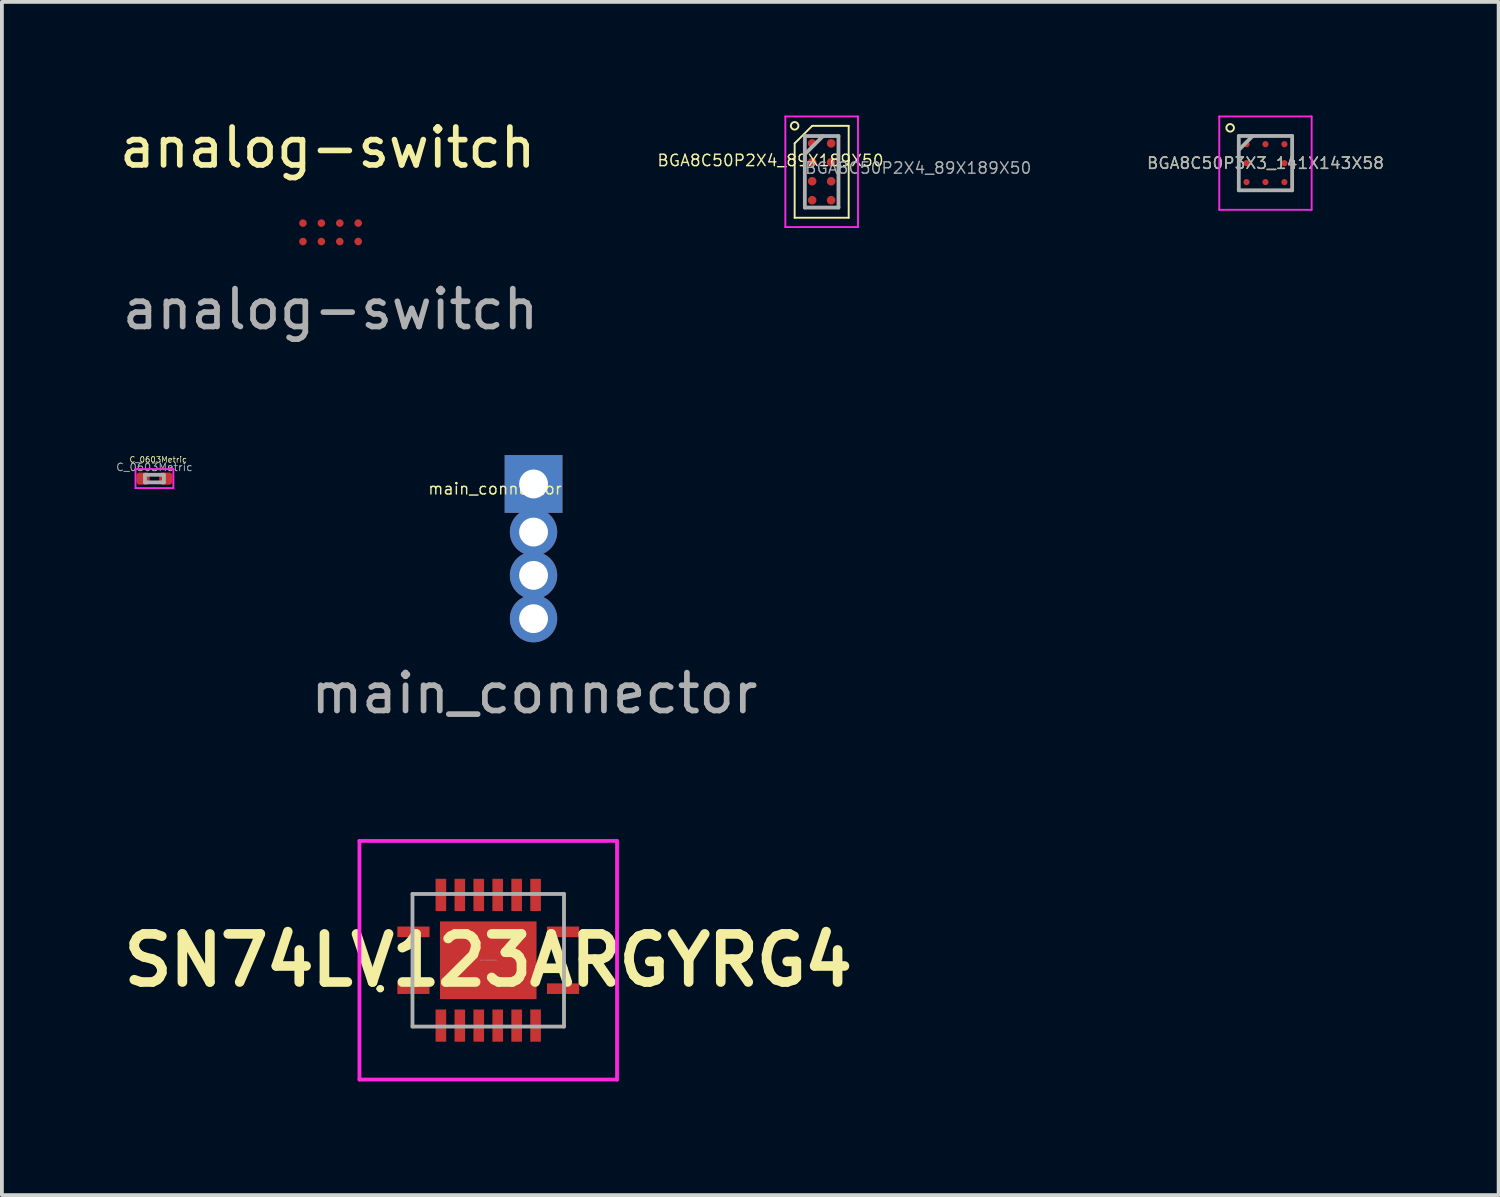
<source format=kicad_pcb>
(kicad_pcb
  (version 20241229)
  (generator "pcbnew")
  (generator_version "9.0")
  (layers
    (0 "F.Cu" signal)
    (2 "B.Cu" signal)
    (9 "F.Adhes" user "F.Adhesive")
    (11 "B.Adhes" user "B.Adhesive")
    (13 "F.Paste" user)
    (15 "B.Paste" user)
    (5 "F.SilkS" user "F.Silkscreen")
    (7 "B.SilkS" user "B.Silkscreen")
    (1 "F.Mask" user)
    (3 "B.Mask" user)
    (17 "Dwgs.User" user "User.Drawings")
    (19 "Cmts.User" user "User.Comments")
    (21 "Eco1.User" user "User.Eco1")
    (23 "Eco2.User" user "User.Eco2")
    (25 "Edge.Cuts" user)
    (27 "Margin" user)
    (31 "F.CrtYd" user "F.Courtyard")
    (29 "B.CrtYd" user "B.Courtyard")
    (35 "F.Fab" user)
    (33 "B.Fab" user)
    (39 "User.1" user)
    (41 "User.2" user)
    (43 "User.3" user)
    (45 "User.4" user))
  (footprint "main_connector"
    (layer "F.Cu")
    (at 11.035 11.377)
    (property "Reference" "main_connector" (at -1.016 -1.524 0) (unlocked yes) (layer "F.SilkS") (effects (font (size 0.3 0.3) (thickness 0.037))))
    (attr through_hole)
    (fp_text user "${REFERENCE}" (at 0.025 3.875 0) (unlocked yes) (layer "F.Fab") (effects (font (size 1 1) (thickness 0.15))))
    (pad "1" thru_hole rect (at 0 -1.651) (size 1.524 1.524) (drill 0.762) (layers "*.Cu" "*.Mask"))
    (pad "2" thru_hole circle (at 0 -0.381) (size 1.25 1.25) (drill 0.762) (layers "*.Cu" "*.Mask"))
    (pad "3" thru_hole circle (at 0 0.762) (size 1.25 1.25) (drill 0.762) (layers "*.Cu" "*.Mask"))
    (pad "4" thru_hole circle (at 0 1.905) (size 1.25 1.25) (drill 0.762) (layers "*.Cu" "*.Mask")))
  (footprint "analog-switch"
    (layer "F.Cu")
    (at 5.677 3.083)
    (property "Reference" "analog-switch" (at -0.076 -2.235 0) (unlocked yes) (layer "F.SilkS") (effects (font (size 1 1) (thickness 0.15))))
    (attr smd)
    (fp_text user "${REFERENCE}" (at 0 2.032 0) (unlocked yes) (layer "F.Fab") (effects (font (size 1 1) (thickness 0.15))))
    (pad "1" smd circle (at 0.243 -0.243) (size 0.2 0.2) (layers "F.Cu" "F.Mask" "F.Paste"))
    (pad "2" smd circle (at -0.243 -0.243) (size 0.2 0.2) (layers "F.Cu" "F.Mask" "F.Paste"))
    (pad "3" smd circle (at -0.729 -0.243) (size 0.2 0.2) (layers "F.Cu" "F.Mask" "F.Paste"))
    (pad "3" smd circle (at -0.729 0.243) (size 0.2 0.2) (layers "F.Cu" "F.Mask" "F.Paste"))
    (pad "3" smd circle (at -0.243 0.243) (size 0.2 0.2) (layers "F.Cu" "F.Mask" "F.Paste"))
    (pad "3" smd circle (at 0.243 0.243) (size 0.2 0.2) (layers "F.Cu" "F.Mask" "F.Paste"))
    (pad "3" smd circle (at 0.729 -0.243) (size 0.2 0.2) (layers "F.Cu" "F.Mask" "F.Paste"))
    (pad "3" smd circle (at 0.729 0.243) (size 0.2 0.2) (layers "F.Cu" "F.Mask" "F.Paste")))
  (footprint "C_0603Metric"
    (layer "F.Cu")
    (at 1.027 9.584)
    (property "Reference" "C_0603Metric" (at 0.1 -0.5 0) (layer "F.SilkS") (effects (font (size 0.15 0.15) (thickness 0.019))))
    (attr smd)
    (fp_line (start -0.5 -0.25) (end 0.5 -0.25) (stroke (width 0.05) (type solid)) (layer "F.CrtYd"))
    (fp_line (start -0.5 0.25) (end -0.5 -0.25) (stroke (width 0.05) (type solid)) (layer "F.CrtYd"))
    (fp_line (start 0.5 -0.25) (end 0.5 0.25) (stroke (width 0.05) (type solid)) (layer "F.CrtYd"))
    (fp_line (start 0.5 0.25) (end -0.5 0.25) (stroke (width 0.05) (type solid)) (layer "F.CrtYd"))
    (fp_line (start -0.25 -0.1) (end 0.25 -0.1) (stroke (width 0.1) (type solid)) (layer "F.Fab"))
    (fp_line (start -0.25 0.1) (end -0.25 -0.1) (stroke (width 0.1) (type solid)) (layer "F.Fab"))
    (fp_line (start 0.25 -0.1) (end 0.25 0.1) (stroke (width 0.1) (type solid)) (layer "F.Fab"))
    (fp_line (start 0.25 0.1) (end -0.25 0.1) (stroke (width 0.1) (type solid)) (layer "F.Fab"))
    (fp_text user "${REFERENCE}" (at 0 -0.3 0) (layer "F.Fab") (effects (font (size 0.2 0.2) (thickness 0.025))))
    (pad "" smd roundrect (at -0.3 0) (size 0.25 0.25) (layers "F.Paste") (roundrect_rratio 0.25))
    (pad "" smd roundrect (at 0.3 0) (size 0.25 0.25) (layers "F.Paste") (roundrect_rratio 0.25))
    (pad "1" smd roundrect (at -0.3 0 90) (size 0.32 0.35) (layers "F.Cu" "F.Mask") (roundrect_rratio 0.25))
    (pad "2" smd roundrect (at 0.3 0 90) (size 0.32 0.35) (layers "F.Cu" "F.Mask") (roundrect_rratio 0.25)))
  (footprint "BGA8C50P2X4_89X189X50"
    (layer "F.Cu")
    (at 18.641 1.485)
    (property "Reference" "BGA8C50P2X4_89X189X50" (at -1.35 -0.3 0) (layer "F.SilkS") (effects (font (size 0.3 0.3) (thickness 0.037))))
    (attr smd)
    (fp_line (start -0.713 -0.75) (end -0.25 -1.213) (stroke (width 0.05) (type solid)) (layer "F.SilkS"))
    (fp_line (start -0.713 1.213) (end -0.713 -0.75) (stroke (width 0.05) (type solid)) (layer "F.SilkS"))
    (fp_line (start -0.25 -1.213) (end 0.713 -1.213) (stroke (width 0.05) (type solid)) (layer "F.SilkS"))
    (fp_line (start 0.713 -1.213) (end 0.713 1.213) (stroke (width 0.05) (type solid)) (layer "F.SilkS"))
    (fp_line (start 0.713 1.213) (end -0.713 1.213) (stroke (width 0.05) (type solid)) (layer "F.SilkS"))
    (fp_circle (center -0.713 -1.213) (end -0.613 -1.213) (stroke (width 0.05) (type solid)) (fill no) (layer "F.SilkS"))
    (fp_line (start -0.959 -1.46) (end 0.959 -1.46) (stroke (width 0.05) (type solid)) (layer "F.CrtYd"))
    (fp_line (start -0.959 1.459) (end -0.959 -1.46) (stroke (width 0.05) (type solid)) (layer "F.CrtYd"))
    (fp_line (start 0.959 -1.46) (end 0.959 1.459) (stroke (width 0.05) (type solid)) (layer "F.CrtYd"))
    (fp_line (start 0.959 1.459) (end -0.959 1.459) (stroke (width 0.05) (type solid)) (layer "F.CrtYd"))
    (fp_line (start -0.444 -0.944) (end 0.444 -0.944) (stroke (width 0.1) (type solid)) (layer "F.Fab"))
    (fp_line (start -0.444 -0.464) (end 0.036 -0.944) (stroke (width 0.1) (type solid)) (layer "F.Fab"))
    (fp_line (start -0.444 0.944) (end -0.444 -0.944) (stroke (width 0.1) (type solid)) (layer "F.Fab"))
    (fp_line (start 0.444 -0.944) (end 0.444 0.944) (stroke (width 0.1) (type solid)) (layer "F.Fab"))
    (fp_line (start 0.444 0.944) (end -0.444 0.944) (stroke (width 0.1) (type solid)) (layer "F.Fab"))
    (fp_text user "${REFERENCE}" (at 2.55 -0.1 0) (layer "F.Fab") (effects (font (size 0.3 0.3) (thickness 0.037))))
    (pad "A1" smd circle (at -0.25 -0.75 90) (size 0.226 0.226) (layers "F.Cu" "F.Mask" "F.Paste"))
    (pad "A2" smd circle (at 0.25 -0.75 90) (size 0.226 0.226) (layers "F.Cu" "F.Mask" "F.Paste"))
    (pad "B1" smd circle (at -0.25 -0.25 90) (size 0.226 0.226) (layers "F.Cu" "F.Mask" "F.Paste"))
    (pad "B2" smd circle (at 0.25 -0.25 90) (size 0.226 0.226) (layers "F.Cu" "F.Mask" "F.Paste"))
    (pad "C1" smd circle (at -0.25 0.25 90) (size 0.226 0.226) (layers "F.Cu" "F.Mask" "F.Paste"))
    (pad "C2" smd circle (at 0.25 0.25 90) (size 0.226 0.226) (layers "F.Cu" "F.Mask" "F.Paste"))
    (pad "D1" smd circle (at -0.25 0.75 90) (size 0.226 0.226) (layers "F.Cu" "F.Mask" "F.Paste"))
    (pad "D2" smd circle (at 0.25 0.75 90) (size 0.226 0.226) (layers "F.Cu" "F.Mask" "F.Paste")))
  (footprint "BGA8C50P3X3_141X143X58"
    (layer "F.Cu")
    (at 30.357 1.257)
    (property "Reference" "BGA8C50P3X3_141X143X58" (at 0 0 0) (layer "F.SilkS") (effects (font (size 0.3 0.3) (thickness 0.037))))
    (attr smd)
    (fp_circle (center -0.932 -0.932) (end -0.832 -0.932) (stroke (width 0.05) (type solid)) (fill no) (layer "F.SilkS"))
    (fp_line (start -1.219 -1.232) (end 1.219 -1.232) (stroke (width 0.05) (type solid)) (layer "F.CrtYd"))
    (fp_line (start -1.219 1.232) (end -1.219 -1.232) (stroke (width 0.05) (type solid)) (layer "F.CrtYd"))
    (fp_line (start 1.219 -1.232) (end 1.219 1.232) (stroke (width 0.05) (type solid)) (layer "F.CrtYd"))
    (fp_line (start 1.219 1.232) (end -1.219 1.232) (stroke (width 0.05) (type solid)) (layer "F.CrtYd"))
    (fp_line (start -0.704 -0.717) (end 0.704 -0.717) (stroke (width 0.1) (type solid)) (layer "F.Fab"))
    (fp_line (start -0.704 -0.351) (end -0.338 -0.717) (stroke (width 0.1) (type solid)) (layer "F.Fab"))
    (fp_line (start -0.704 0.717) (end -0.704 -0.717) (stroke (width 0.1) (type solid)) (layer "F.Fab"))
    (fp_line (start 0.704 -0.717) (end 0.704 0.717) (stroke (width 0.1) (type solid)) (layer "F.Fab"))
    (fp_line (start 0.704 0.717) (end -0.704 0.717) (stroke (width 0.1) (type solid)) (layer "F.Fab"))
    (fp_text user "${REFERENCE}" (at 0 0 0) (layer "F.Fab") (effects (font (size 0.3 0.3) (thickness 0.037))))
    (pad "A1" smd circle (at -0.5 -0.5 90) (size 0.164 0.164) (layers "F.Cu" "F.Mask" "F.Paste"))
    (pad "A2" smd circle (at 0 -0.5 90) (size 0.164 0.164) (layers "F.Cu" "F.Mask" "F.Paste"))
    (pad "A3" smd circle (at 0.5 -0.5 90) (size 0.164 0.164) (layers "F.Cu" "F.Mask" "F.Paste"))
    (pad "B1" smd circle (at -0.5 0 90) (size 0.164 0.164) (layers "F.Cu" "F.Mask" "F.Paste"))
    (pad "B3" smd circle (at 0.5 0 90) (size 0.164 0.164) (layers "F.Cu" "F.Mask" "F.Paste"))
    (pad "C1" smd circle (at -0.5 0.5 90) (size 0.164 0.164) (layers "F.Cu" "F.Mask" "F.Paste"))
    (pad "C2" smd circle (at 0 0.5 90) (size 0.164 0.164) (layers "F.Cu" "F.Mask" "F.Paste"))
    (pad "C3" smd circle (at 0.5 0.5 90) (size 0.164 0.164) (layers "F.Cu" "F.Mask" "F.Paste")))
  (footprint "SN74LV123ARGYRG4"
    (layer "F.Cu")
    (at 9.839 22.3)
    (property "Reference" "SN74LV123ARGYRG4" (at 0 0 0) (layer "F.SilkS") (effects (font (size 1.27 1.27) (thickness 0.254))))
    (attr smd)
    (fp_line (start -2.9 0.75) (end -2.9 0.75) (stroke (width 0.1) (type solid)) (layer "F.SilkS"))
    (fp_line (start -2.8 0.75) (end -2.8 0.75) (stroke (width 0.1) (type solid)) (layer "F.SilkS"))
    (fp_arc (start -2.9 0.75) (mid -2.85 0.7) (end -2.8 0.75) (stroke (width 0.1) (type solid)) (layer "F.SilkS"))
    (fp_arc (start -2.8 0.75) (mid -2.85 0.8) (end -2.9 0.75) (stroke (width 0.1) (type solid)) (layer "F.SilkS"))
    (fp_line (start -3.4 -3.15) (end 3.4 -3.15) (stroke (width 0.1) (type solid)) (layer "F.CrtYd"))
    (fp_line (start -3.4 3.15) (end -3.4 -3.15) (stroke (width 0.1) (type solid)) (layer "F.CrtYd"))
    (fp_line (start 3.4 -3.15) (end 3.4 3.15) (stroke (width 0.1) (type solid)) (layer "F.CrtYd"))
    (fp_line (start 3.4 3.15) (end -3.4 3.15) (stroke (width 0.1) (type solid)) (layer "F.CrtYd"))
    (fp_line (start -2 -1.75) (end -2 1.75) (stroke (width 0.1) (type solid)) (layer "F.Fab"))
    (fp_line (start -2 1.75) (end 2 1.75) (stroke (width 0.1) (type solid)) (layer "F.Fab"))
    (fp_line (start 2 -1.75) (end -2 -1.75) (stroke (width 0.1) (type solid)) (layer "F.Fab"))
    (fp_line (start 2 1.75) (end 2 -1.75) (stroke (width 0.1) (type solid)) (layer "F.Fab"))
    (fp_text user "${REFERENCE}" (at 0 0 0) (layer "F.Fab") (effects (font (size 0.03 0.03) (thickness 0.004))))
    (pad "1" smd rect (at -1.975 0.75 90) (size 0.28 0.85) (layers "F.Cu" "F.Mask" "F.Paste"))
    (pad "2" smd rect (at -1.25 1.725) (size 0.28 0.85) (layers "F.Cu" "F.Mask" "F.Paste"))
    (pad "3" smd rect (at -0.75 1.725) (size 0.28 0.85) (layers "F.Cu" "F.Mask" "F.Paste"))
    (pad "4" smd rect (at -0.25 1.725) (size 0.28 0.85) (layers "F.Cu" "F.Mask" "F.Paste"))
    (pad "5" smd rect (at 0.25 1.725) (size 0.28 0.85) (layers "F.Cu" "F.Mask" "F.Paste"))
    (pad "6" smd rect (at 0.75 1.725) (size 0.28 0.85) (layers "F.Cu" "F.Mask" "F.Paste"))
    (pad "7" smd rect (at 1.25 1.725) (size 0.28 0.85) (layers "F.Cu" "F.Mask" "F.Paste"))
    (pad "8" smd rect (at 1.975 0.75 90) (size 0.28 0.85) (layers "F.Cu" "F.Mask" "F.Paste"))
    (pad "9" smd rect (at 1.975 -0.75 90) (size 0.28 0.85) (layers "F.Cu" "F.Mask" "F.Paste"))
    (pad "10" smd rect (at 1.25 -1.725) (size 0.28 0.85) (layers "F.Cu" "F.Mask" "F.Paste"))
    (pad "11" smd rect (at 0.75 -1.725) (size 0.28 0.85) (layers "F.Cu" "F.Mask" "F.Paste"))
    (pad "12" smd rect (at 0.25 -1.725) (size 0.28 0.85) (layers "F.Cu" "F.Mask" "F.Paste"))
    (pad "13" smd rect (at -0.25 -1.725) (size 0.28 0.85) (layers "F.Cu" "F.Mask" "F.Paste"))
    (pad "14" smd rect (at -0.75 -1.725) (size 0.28 0.85) (layers "F.Cu" "F.Mask" "F.Paste"))
    (pad "15" smd rect (at -1.25 -1.725) (size 0.28 0.85) (layers "F.Cu" "F.Mask" "F.Paste"))
    (pad "16" smd rect (at -1.975 -0.75 90) (size 0.28 0.85) (layers "F.Cu" "F.Mask" "F.Paste"))
    (pad "17" smd rect (at 0 0 90) (size 2.05 2.55) (layers "F.Cu" "F.Mask" "F.Paste")))
  (gr_rect
    (start -3 -3)
    (end 36.512 28.5)
    (stroke (width 0.1) (type default))
    (fill no)
    (layer "Edge.Cuts")))
</source>
